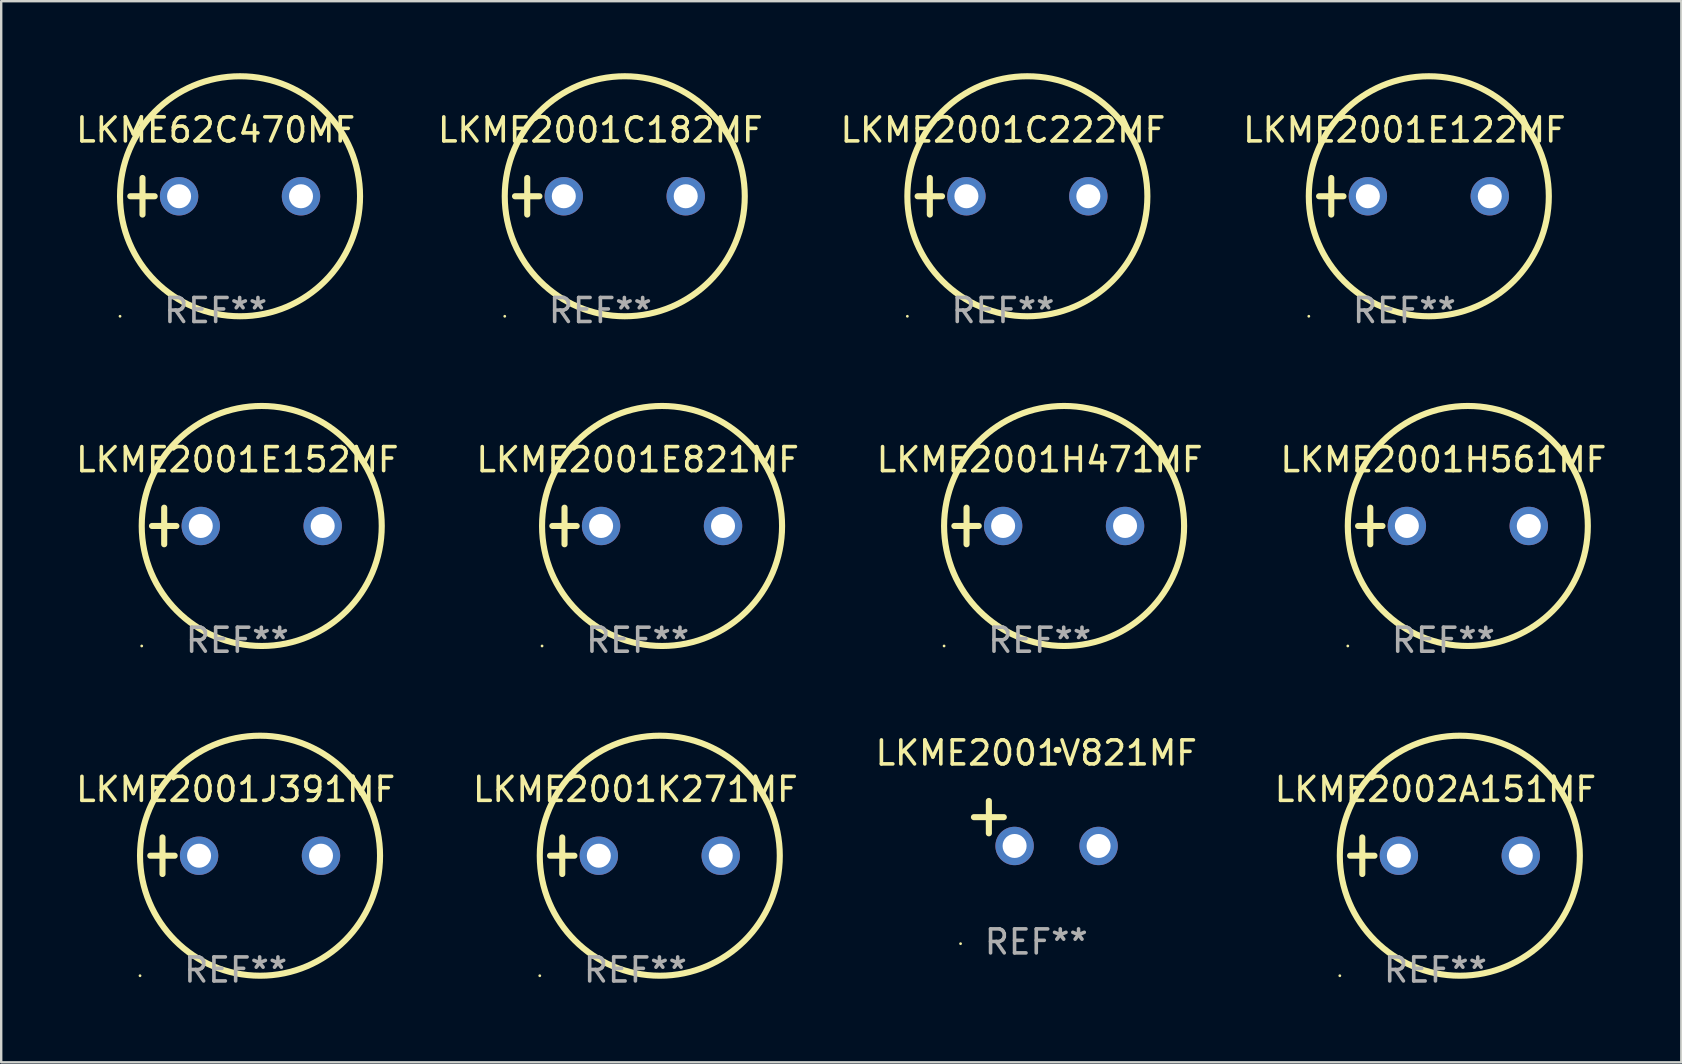
<source format=kicad_pcb>
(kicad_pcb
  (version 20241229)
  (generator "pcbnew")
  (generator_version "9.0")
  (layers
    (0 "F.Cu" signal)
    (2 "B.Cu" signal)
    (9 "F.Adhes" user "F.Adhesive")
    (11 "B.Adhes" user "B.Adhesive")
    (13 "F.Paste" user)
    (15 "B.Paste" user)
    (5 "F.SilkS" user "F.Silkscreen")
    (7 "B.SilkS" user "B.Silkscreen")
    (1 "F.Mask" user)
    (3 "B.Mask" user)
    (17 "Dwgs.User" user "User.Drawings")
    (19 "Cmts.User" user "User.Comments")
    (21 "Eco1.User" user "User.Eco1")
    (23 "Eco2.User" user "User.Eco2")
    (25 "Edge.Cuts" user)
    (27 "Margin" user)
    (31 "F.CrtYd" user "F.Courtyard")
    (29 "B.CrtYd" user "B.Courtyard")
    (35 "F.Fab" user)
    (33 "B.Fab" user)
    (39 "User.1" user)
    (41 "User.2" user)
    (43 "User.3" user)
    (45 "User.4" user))
  (footprint "LKME2002A151MF"
    (layer "F.Cu")
    (at 56.756 32.602)
    (property "Reference" "LKME2002A151MF" (at 0 -2.762 0) (layer "F.SilkS") (effects (font (size 1 1) (thickness 0.15))))
    (attr through_hole)
    (fp_line (start -3.556 0) (end -2.54 0) (stroke (width 0.254) (type solid)) (layer "F.SilkS"))
    (fp_line (start -3.048 -0.762) (end -3.048 0.762) (stroke (width 0.254) (type solid)) (layer "F.SilkS"))
    (fp_circle (center -3.984 5) (end -3.954 5) (stroke (width 0.06) (type solid)) (fill no) (layer "F.SilkS"))
    (fp_circle (center 1.016 0) (end 6.016 0) (stroke (width 0.254) (type solid)) (fill no) (layer "F.SilkS"))
    (fp_text user "REF**" (at 0 4.762 0) (layer "F.Fab") (effects (font (size 1 1) (thickness 0.15))))
    (pad "1" thru_hole circle (at -1.524 0) (size 1.6 1.6) (drill 1) (layers "*.Cu" "*.Mask"))
    (pad "2" thru_hole circle (at 3.556 0) (size 1.6 1.6) (drill 1) (layers "*.Cu" "*.Mask")))
  (footprint "LKME2001J391MF"
    (layer "F.Cu")
    (at 6.768 32.602)
    (property "Reference" "LKME2001J391MF" (at 0 -2.762 0) (layer "F.SilkS") (effects (font (size 1 1) (thickness 0.15))))
    (attr through_hole)
    (fp_line (start -3.556 0) (end -2.54 0) (stroke (width 0.254) (type solid)) (layer "F.SilkS"))
    (fp_line (start -3.048 -0.762) (end -3.048 0.762) (stroke (width 0.254) (type solid)) (layer "F.SilkS"))
    (fp_circle (center -3.984 5) (end -3.954 5) (stroke (width 0.06) (type solid)) (fill no) (layer "F.SilkS"))
    (fp_circle (center 1.016 0) (end 6.016 0) (stroke (width 0.254) (type solid)) (fill no) (layer "F.SilkS"))
    (fp_text user "REF**" (at 0 4.762 0) (layer "F.Fab") (effects (font (size 1 1) (thickness 0.15))))
    (pad "1" thru_hole circle (at -1.524 0) (size 1.6 1.6) (drill 1) (layers "*.Cu" "*.Mask"))
    (pad "2" thru_hole circle (at 3.556 0) (size 1.6 1.6) (drill 1) (layers "*.Cu" "*.Mask")))
  (footprint "LKME2001C222MF"
    (layer "F.Cu")
    (at 38.738 5.127)
    (property "Reference" "LKME2001C222MF" (at 0 -2.762 0) (layer "F.SilkS") (effects (font (size 1 1) (thickness 0.15))))
    (attr through_hole)
    (fp_line (start -3.556 0) (end -2.54 0) (stroke (width 0.254) (type solid)) (layer "F.SilkS"))
    (fp_line (start -3.048 -0.762) (end -3.048 0.762) (stroke (width 0.254) (type solid)) (layer "F.SilkS"))
    (fp_circle (center -3.984 5) (end -3.954 5) (stroke (width 0.06) (type solid)) (fill no) (layer "F.SilkS"))
    (fp_circle (center 1.016 0) (end 6.016 0) (stroke (width 0.254) (type solid)) (fill no) (layer "F.SilkS"))
    (fp_text user "REF**" (at 0 4.762 0) (layer "F.Fab") (effects (font (size 1 1) (thickness 0.15))))
    (pad "1" thru_hole circle (at -1.524 0) (size 1.6 1.6) (drill 1) (layers "*.Cu" "*.Mask"))
    (pad "2" thru_hole circle (at 3.556 0) (size 1.6 1.6) (drill 1) (layers "*.Cu" "*.Mask")))
  (footprint "LKME2001C182MF"
    (layer "F.Cu")
    (at 21.964 5.127)
    (property "Reference" "LKME2001C182MF" (at 0 -2.762 0) (layer "F.SilkS") (effects (font (size 1 1) (thickness 0.15))))
    (attr through_hole)
    (fp_line (start -3.556 0) (end -2.54 0) (stroke (width 0.254) (type solid)) (layer "F.SilkS"))
    (fp_line (start -3.048 -0.762) (end -3.048 0.762) (stroke (width 0.254) (type solid)) (layer "F.SilkS"))
    (fp_circle (center -3.984 5) (end -3.954 5) (stroke (width 0.06) (type solid)) (fill no) (layer "F.SilkS"))
    (fp_circle (center 1.016 0) (end 6.016 0) (stroke (width 0.254) (type solid)) (fill no) (layer "F.SilkS"))
    (fp_text user "REF**" (at 0 4.762 0) (layer "F.Fab") (effects (font (size 1 1) (thickness 0.15))))
    (pad "1" thru_hole circle (at -1.524 0) (size 1.6 1.6) (drill 1) (layers "*.Cu" "*.Mask"))
    (pad "2" thru_hole circle (at 3.556 0) (size 1.6 1.6) (drill 1) (layers "*.Cu" "*.Mask")))
  (footprint "LKME2001H471MF"
    (layer "F.Cu")
    (at 40.268 18.864)
    (property "Reference" "LKME2001H471MF" (at 0 -2.762 0) (layer "F.SilkS") (effects (font (size 1 1) (thickness 0.15))))
    (attr through_hole)
    (fp_line (start -3.556 0) (end -2.54 0) (stroke (width 0.254) (type solid)) (layer "F.SilkS"))
    (fp_line (start -3.048 -0.762) (end -3.048 0.762) (stroke (width 0.254) (type solid)) (layer "F.SilkS"))
    (fp_circle (center -3.984 5) (end -3.954 5) (stroke (width 0.06) (type solid)) (fill no) (layer "F.SilkS"))
    (fp_circle (center 1.016 0) (end 6.016 0) (stroke (width 0.254) (type solid)) (fill no) (layer "F.SilkS"))
    (fp_text user "REF**" (at 0 4.762 0) (layer "F.Fab") (effects (font (size 1 1) (thickness 0.15))))
    (pad "1" thru_hole circle (at -1.524 0) (size 1.6 1.6) (drill 1) (layers "*.Cu" "*.Mask"))
    (pad "2" thru_hole circle (at 3.556 0) (size 1.6 1.6) (drill 1) (layers "*.Cu" "*.Mask")))
  (footprint "LKME2001E821MF"
    (layer "F.Cu")
    (at 23.518 18.864)
    (property "Reference" "LKME2001E821MF" (at 0 -2.762 0) (layer "F.SilkS") (effects (font (size 1 1) (thickness 0.15))))
    (attr through_hole)
    (fp_line (start -3.556 0) (end -2.54 0) (stroke (width 0.254) (type solid)) (layer "F.SilkS"))
    (fp_line (start -3.048 -0.762) (end -3.048 0.762) (stroke (width 0.254) (type solid)) (layer "F.SilkS"))
    (fp_circle (center -3.984 5) (end -3.954 5) (stroke (width 0.06) (type solid)) (fill no) (layer "F.SilkS"))
    (fp_circle (center 1.016 0) (end 6.016 0) (stroke (width 0.254) (type solid)) (fill no) (layer "F.SilkS"))
    (fp_text user "REF**" (at 0 4.762 0) (layer "F.Fab") (effects (font (size 1 1) (thickness 0.15))))
    (pad "1" thru_hole circle (at -1.524 0) (size 1.6 1.6) (drill 1) (layers "*.Cu" "*.Mask"))
    (pad "2" thru_hole circle (at 3.556 0) (size 1.6 1.6) (drill 1) (layers "*.Cu" "*.Mask")))
  (footprint "LKME2001E122MF"
    (layer "F.Cu")
    (at 55.464 5.127)
    (property "Reference" "LKME2001E122MF" (at 0 -2.762 0) (layer "F.SilkS") (effects (font (size 1 1) (thickness 0.15))))
    (attr through_hole)
    (fp_line (start -3.556 0) (end -2.54 0) (stroke (width 0.254) (type solid)) (layer "F.SilkS"))
    (fp_line (start -3.048 -0.762) (end -3.048 0.762) (stroke (width 0.254) (type solid)) (layer "F.SilkS"))
    (fp_circle (center -3.984 5) (end -3.954 5) (stroke (width 0.06) (type solid)) (fill no) (layer "F.SilkS"))
    (fp_circle (center 1.016 0) (end 6.016 0) (stroke (width 0.254) (type solid)) (fill no) (layer "F.SilkS"))
    (fp_text user "REF**" (at 0 4.762 0) (layer "F.Fab") (effects (font (size 1 1) (thickness 0.15))))
    (pad "1" thru_hole circle (at -1.524 0) (size 1.6 1.6) (drill 1) (layers "*.Cu" "*.Mask"))
    (pad "2" thru_hole circle (at 3.556 0) (size 1.6 1.6) (drill 1) (layers "*.Cu" "*.Mask")))
  (footprint "LKME2001H561MF"
    (layer "F.Cu")
    (at 57.089 18.864)
    (property "Reference" "LKME2001H561MF" (at 0 -2.762 0) (layer "F.SilkS") (effects (font (size 1 1) (thickness 0.15))))
    (attr through_hole)
    (fp_line (start -3.556 0) (end -2.54 0) (stroke (width 0.254) (type solid)) (layer "F.SilkS"))
    (fp_line (start -3.048 -0.762) (end -3.048 0.762) (stroke (width 0.254) (type solid)) (layer "F.SilkS"))
    (fp_circle (center -3.984 5) (end -3.954 5) (stroke (width 0.06) (type solid)) (fill no) (layer "F.SilkS"))
    (fp_circle (center 1.016 0) (end 6.016 0) (stroke (width 0.254) (type solid)) (fill no) (layer "F.SilkS"))
    (fp_text user "REF**" (at 0 4.762 0) (layer "F.Fab") (effects (font (size 1 1) (thickness 0.15))))
    (pad "1" thru_hole circle (at -1.524 0) (size 1.6 1.6) (drill 1) (layers "*.Cu" "*.Mask"))
    (pad "2" thru_hole circle (at 3.556 0) (size 1.6 1.6) (drill 1) (layers "*.Cu" "*.Mask")))
  (footprint "LKME2001E152MF"
    (layer "F.Cu")
    (at 6.839 18.864)
    (property "Reference" "LKME2001E152MF" (at 0 -2.762 0) (layer "F.SilkS") (effects (font (size 1 1) (thickness 0.15))))
    (attr through_hole)
    (fp_line (start -3.556 0) (end -2.54 0) (stroke (width 0.254) (type solid)) (layer "F.SilkS"))
    (fp_line (start -3.048 -0.762) (end -3.048 0.762) (stroke (width 0.254) (type solid)) (layer "F.SilkS"))
    (fp_circle (center -3.984 5) (end -3.954 5) (stroke (width 0.06) (type solid)) (fill no) (layer "F.SilkS"))
    (fp_circle (center 1.016 0) (end 6.016 0) (stroke (width 0.254) (type solid)) (fill no) (layer "F.SilkS"))
    (fp_text user "REF**" (at 0 4.762 0) (layer "F.Fab") (effects (font (size 1 1) (thickness 0.15))))
    (pad "1" thru_hole circle (at -1.524 0) (size 1.6 1.6) (drill 1) (layers "*.Cu" "*.Mask"))
    (pad "2" thru_hole circle (at 3.556 0) (size 1.6 1.6) (drill 1) (layers "*.Cu" "*.Mask")))
  (footprint "LKME2001V821MF"
    (layer "F.Cu")
    (at 40.125 31.259)
    (property "Reference" "LKME2001V821MF" (at 0 -2.937 0) (layer "F.SilkS") (effects (font (size 1 1) (thickness 0.15))))
    (attr through_hole)
    (fp_line (start -1.975 0.41) (end -1.975 -0.937) (stroke (width 0.254) (type solid)) (layer "F.SilkS"))
    (fp_line (start -1.353 -0.263) (end -2.597 -0.263) (stroke (width 0.254) (type solid)) (layer "F.SilkS"))
    (fp_arc (start 0.849809 -3.063957) (mid 0.885369 -3.064114) (end 0.920929 -3.063957) (stroke (width 0.254001) (type solid)) (layer "F.SilkS"))
    (fp_circle (center -3.154 5.008) (end -3.124 5.008) (stroke (width 0.06) (type solid)) (fill no) (layer "F.SilkS"))
    (fp_text user "REF**" (at 0 4.937 0) (layer "F.Fab") (effects (font (size 1 1) (thickness 0.15))))
    (pad "1" thru_hole circle (at -0.903 0.937) (size 1.6 1.6) (drill 1) (layers "*.Cu" "*.Mask"))
    (pad "2" thru_hole circle (at 2.597 0.937) (size 1.6 1.6) (drill 1) (layers "*.Cu" "*.Mask")))
  (footprint "LKME2001K271MF"
    (layer "F.Cu")
    (at 23.423 32.602)
    (property "Reference" "LKME2001K271MF" (at 0 -2.762 0) (layer "F.SilkS") (effects (font (size 1 1) (thickness 0.15))))
    (attr through_hole)
    (fp_line (start -3.556 0) (end -2.54 0) (stroke (width 0.254) (type solid)) (layer "F.SilkS"))
    (fp_line (start -3.048 -0.762) (end -3.048 0.762) (stroke (width 0.254) (type solid)) (layer "F.SilkS"))
    (fp_circle (center -3.984 5) (end -3.954 5) (stroke (width 0.06) (type solid)) (fill no) (layer "F.SilkS"))
    (fp_circle (center 1.016 0) (end 6.016 0) (stroke (width 0.254) (type solid)) (fill no) (layer "F.SilkS"))
    (fp_text user "REF**" (at 0 4.762 0) (layer "F.Fab") (effects (font (size 1 1) (thickness 0.15))))
    (pad "1" thru_hole circle (at -1.524 0) (size 1.6 1.6) (drill 1) (layers "*.Cu" "*.Mask"))
    (pad "2" thru_hole circle (at 3.556 0) (size 1.6 1.6) (drill 1) (layers "*.Cu" "*.Mask")))
  (footprint "LKME62C470MF"
    (layer "F.Cu")
    (at 5.935 5.127)
    (property "Reference" "LKME62C470MF" (at 0 -2.762 0) (layer "F.SilkS") (effects (font (size 1 1) (thickness 0.15))))
    (attr through_hole)
    (fp_line (start -3.556 0) (end -2.54 0) (stroke (width 0.254) (type solid)) (layer "F.SilkS"))
    (fp_line (start -3.048 -0.762) (end -3.048 0.762) (stroke (width 0.254) (type solid)) (layer "F.SilkS"))
    (fp_circle (center -3.984 5) (end -3.954 5) (stroke (width 0.06) (type solid)) (fill no) (layer "F.SilkS"))
    (fp_circle (center 1.016 0) (end 6.016 0) (stroke (width 0.254) (type solid)) (fill no) (layer "F.SilkS"))
    (fp_text user "REF**" (at 0 4.762 0) (layer "F.Fab") (effects (font (size 1 1) (thickness 0.15))))
    (pad "1" thru_hole circle (at -1.524 0) (size 1.6 1.6) (drill 1) (layers "*.Cu" "*.Mask"))
    (pad "2" thru_hole circle (at 3.556 0) (size 1.6 1.6) (drill 1) (layers "*.Cu" "*.Mask")))
  (gr_rect
    (start -3 -3)
    (end 67 41.212)
    (stroke (width 0.1) (type default))
    (fill no)
    (layer "Edge.Cuts")))
</source>
